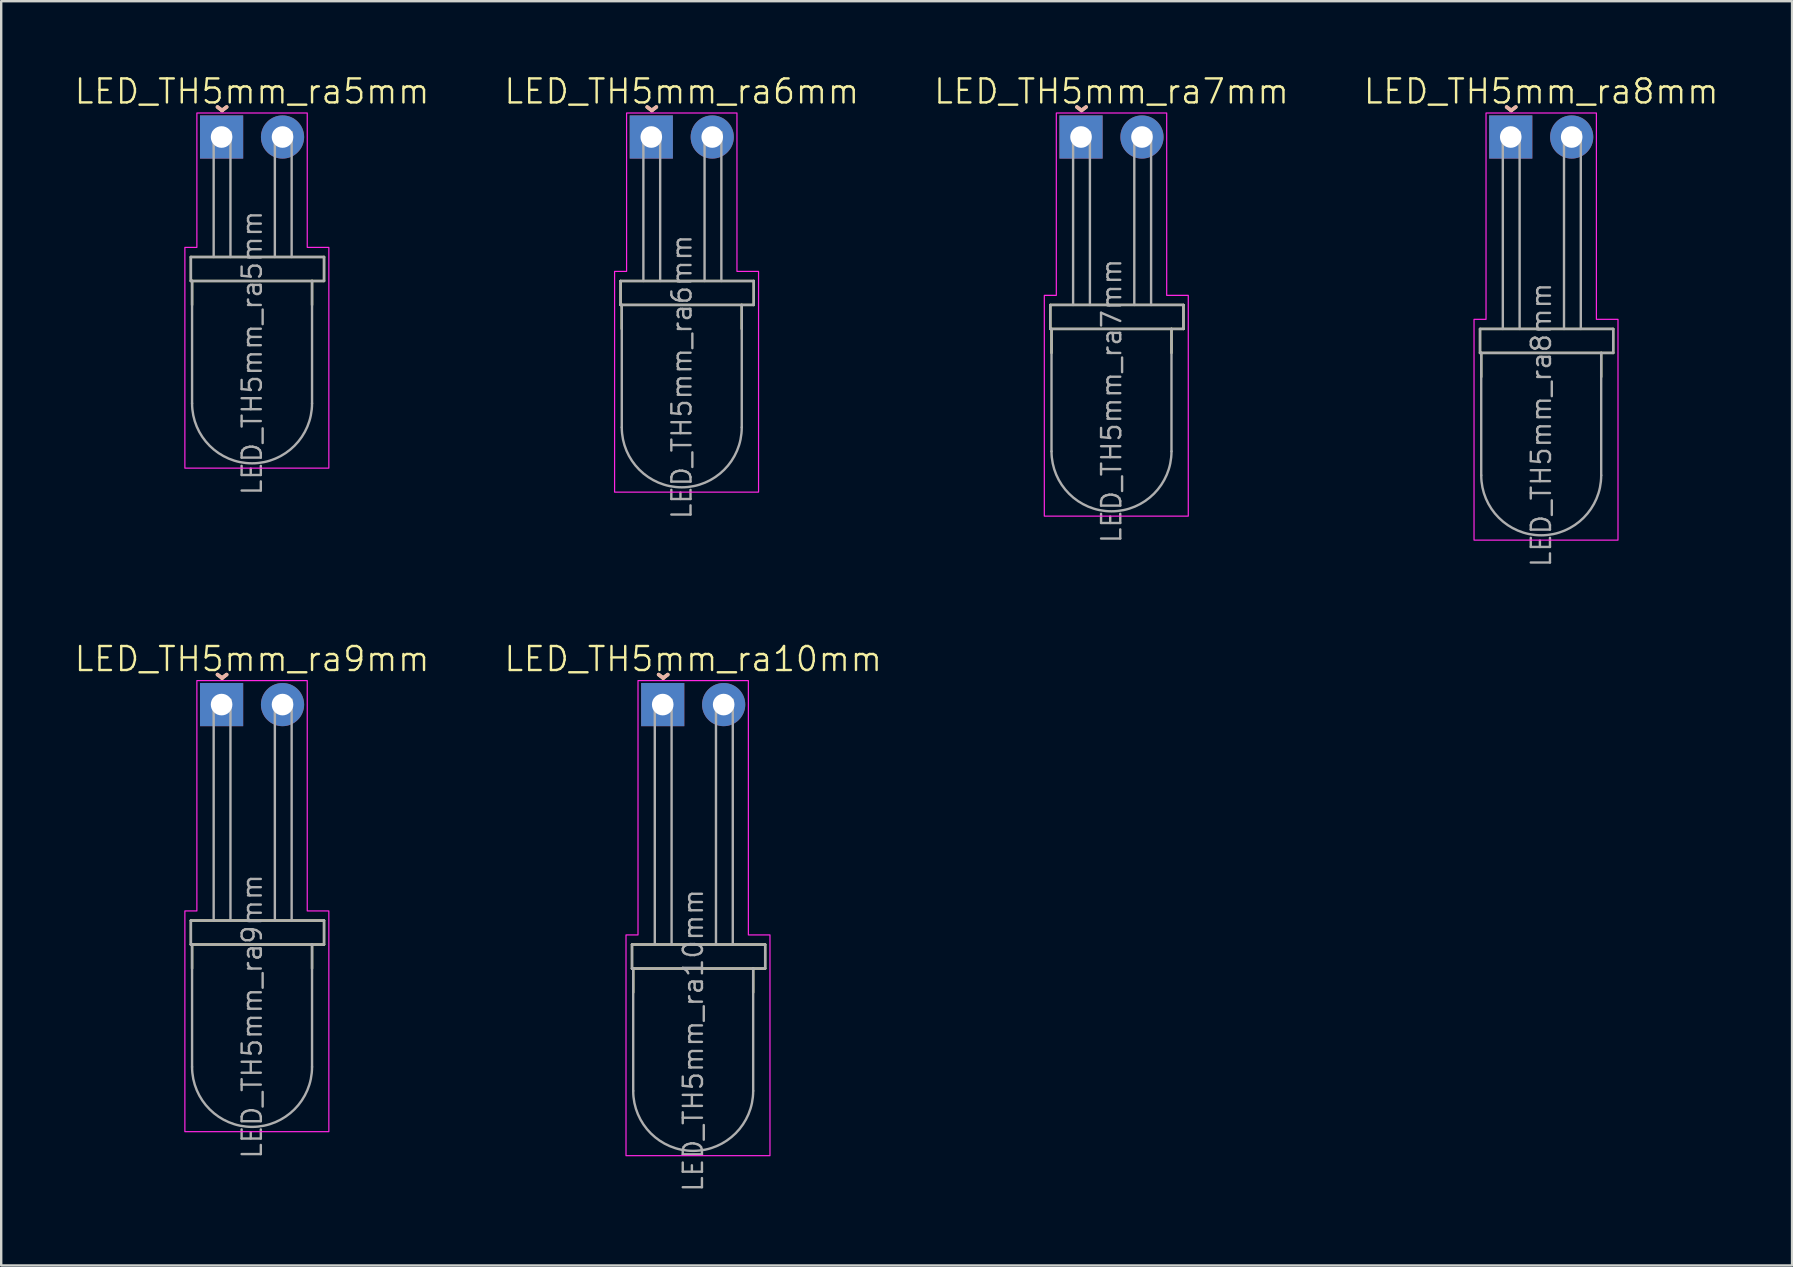
<source format=kicad_pcb>
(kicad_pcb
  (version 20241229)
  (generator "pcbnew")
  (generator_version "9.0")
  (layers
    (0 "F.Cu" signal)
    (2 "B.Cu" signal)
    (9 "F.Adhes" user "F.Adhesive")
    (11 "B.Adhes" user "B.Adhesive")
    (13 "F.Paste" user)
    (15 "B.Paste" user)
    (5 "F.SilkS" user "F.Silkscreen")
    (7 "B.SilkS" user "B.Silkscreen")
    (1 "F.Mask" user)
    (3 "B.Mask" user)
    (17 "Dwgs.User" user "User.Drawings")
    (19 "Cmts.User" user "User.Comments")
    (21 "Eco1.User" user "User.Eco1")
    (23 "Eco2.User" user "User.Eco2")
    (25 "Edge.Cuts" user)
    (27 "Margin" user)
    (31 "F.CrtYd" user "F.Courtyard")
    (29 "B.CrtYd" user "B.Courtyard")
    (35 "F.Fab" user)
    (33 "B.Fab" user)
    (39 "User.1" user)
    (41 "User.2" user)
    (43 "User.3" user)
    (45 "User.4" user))
  (footprint "LED_TH5mm_ra5mm"
    (layer "F.Cu")
    (at 7.455 2.66)
    (property "Reference" "LED_TH5mm_ra5mm" (at 0 -1.9 0) (unlocked yes) (layer "F.SilkS") (effects (font (size 1 1) (thickness 0.1))))
    (attr through_hole)
    (fp_line (start -2.55 5) (end -2.55 6) (stroke (width 0.1) (type default)) (layer "F.SilkS"))
    (fp_line (start -2.55 5) (end 3 5) (stroke (width 0.1) (type default)) (layer "F.SilkS"))
    (fp_line (start -2.55 6) (end -2.5 6) (stroke (width 0.1) (type default)) (layer "F.SilkS"))
    (fp_line (start -2.5 6) (end -2.5 7) (stroke (width 0.1) (type default)) (layer "F.SilkS"))
    (fp_line (start 2.5 6) (end -2.5 6) (stroke (width 0.1) (type default)) (layer "F.SilkS"))
    (fp_line (start 2.5 6) (end 2.5 7) (stroke (width 0.1) (type default)) (layer "F.SilkS"))
    (fp_line (start 3 5) (end 3 6) (stroke (width 0.1) (type default)) (layer "F.SilkS"))
    (fp_line (start 3 6) (end 2.5 6) (stroke (width 0.1) (type default)) (layer "F.SilkS"))
    (fp_poly (pts (xy -2.3 -1) (xy 2.3 -1) (xy 2.3 4.6) (xy 3.2 4.6) (xy 3.2 13.8) (xy -2.8 13.8) (xy -2.8 4.6) (xy -2.3 4.6)) (stroke (width 0.05) (type solid)) (fill no) (layer "F.CrtYd"))
    (fp_line (start -2.55 5) (end -2.55 6) (stroke (width 0.1) (type default)) (layer "F.Fab"))
    (fp_line (start -2.55 6) (end -2.5 6) (stroke (width 0.1) (type default)) (layer "F.Fab"))
    (fp_line (start -2.5 6) (end -2.55 6) (stroke (width 0.1) (type default)) (layer "F.Fab"))
    (fp_line (start -2.5 6) (end -2.5 11.1) (stroke (width 0.1) (type default)) (layer "F.Fab"))
    (fp_line (start -2.5 6) (end 2.5 6) (stroke (width 0.1) (type default)) (layer "F.Fab"))
    (fp_line (start -1.6 -0.2) (end -0.9 -0.2) (stroke (width 0.1) (type default)) (layer "F.Fab"))
    (fp_line (start -1.6 5) (end -1.6 -0.2) (stroke (width 0.1) (type default)) (layer "F.Fab"))
    (fp_line (start -0.9 -0.2) (end -0.9 5) (stroke (width 0.1) (type default)) (layer "F.Fab"))
    (fp_line (start 0.95 -0.2) (end 1.65 -0.2) (stroke (width 0.1) (type default)) (layer "F.Fab"))
    (fp_line (start 0.95 5) (end 0.95 -0.2) (stroke (width 0.1) (type default)) (layer "F.Fab"))
    (fp_line (start 1.65 -0.2) (end 1.65 5) (stroke (width 0.1) (type default)) (layer "F.Fab"))
    (fp_line (start 2.5 6) (end 3 6) (stroke (width 0.1) (type default)) (layer "F.Fab"))
    (fp_line (start 2.5 11.1) (end 2.5 6) (stroke (width 0.1) (type default)) (layer "F.Fab"))
    (fp_line (start 3 5) (end -2.55 5) (stroke (width 0.1) (type default)) (layer "F.Fab"))
    (fp_line (start 3 6) (end 3 5) (stroke (width 0.1) (type default)) (layer "F.Fab"))
    (fp_arc (start 2.5 11.1) (mid 0 13.6) (end -2.5 11.1) (stroke (width 0.1) (type default)) (layer "F.Fab"))
    (fp_text user "^" (at -1.25 -1.7 180) (unlocked yes) (layer "F.SilkS") (effects (font (size 1 1) (thickness 0.15))))
    (fp_text user "^" (at -1.25 -1.7 180) (unlocked yes) (layer "B.SilkS") (effects (font (size 1 1) (thickness 0.15)) (justify mirror)))
    (fp_text user "${REFERENCE}" (at 0 9 90) (layer "F.Fab") (effects (font (size 0.8 0.8) (thickness 0.1))))
    (pad "A" thru_hole circle (at 1.27 0) (size 1.8 1.8) (drill 0.9) (layers "*.Cu" "*.Mask") (remove_unused_layers yes) (keep_end_layers yes) (zone_layer_connections))
    (pad "C" thru_hole rect (at -1.27 0) (size 1.8 1.8) (drill 0.9) (layers "*.Cu" "*.Mask") (remove_unused_layers yes) (keep_end_layers yes) (zone_layer_connections)))
  (footprint "LED_TH5mm_ra6mm"
    (layer "F.Cu")
    (at 25.364 2.66)
    (property "Reference" "LED_TH5mm_ra6mm" (at 0 -1.9 0) (unlocked yes) (layer "F.SilkS") (effects (font (size 1 1) (thickness 0.1))))
    (attr through_hole)
    (fp_line (start -2.55 6) (end -2.55 7) (stroke (width 0.1) (type default)) (layer "F.SilkS"))
    (fp_line (start -2.55 6) (end 3 6) (stroke (width 0.1) (type default)) (layer "F.SilkS"))
    (fp_line (start -2.55 7) (end -2.5 7) (stroke (width 0.1) (type default)) (layer "F.SilkS"))
    (fp_line (start -2.5 7) (end -2.5 8) (stroke (width 0.1) (type default)) (layer "F.SilkS"))
    (fp_line (start 2.5 7) (end -2.5 7) (stroke (width 0.1) (type default)) (layer "F.SilkS"))
    (fp_line (start 2.5 7) (end 2.5 8) (stroke (width 0.1) (type default)) (layer "F.SilkS"))
    (fp_line (start 3 6) (end 3 7) (stroke (width 0.1) (type default)) (layer "F.SilkS"))
    (fp_line (start 3 7) (end 2.5 7) (stroke (width 0.1) (type default)) (layer "F.SilkS"))
    (fp_poly (pts (xy -2.3 -1) (xy 2.3 -1) (xy 2.3 5.6) (xy 3.2 5.6) (xy 3.2 14.8) (xy -2.8 14.8) (xy -2.8 5.6) (xy -2.3 5.6)) (stroke (width 0.05) (type solid)) (fill no) (layer "F.CrtYd"))
    (fp_line (start -2.55 6) (end -2.55 7) (stroke (width 0.1) (type default)) (layer "F.Fab"))
    (fp_line (start -2.55 7) (end -2.5 7) (stroke (width 0.1) (type default)) (layer "F.Fab"))
    (fp_line (start -2.5 7) (end -2.55 7) (stroke (width 0.1) (type default)) (layer "F.Fab"))
    (fp_line (start -2.5 7) (end -2.5 12.1) (stroke (width 0.1) (type default)) (layer "F.Fab"))
    (fp_line (start -2.5 7) (end 2.5 7) (stroke (width 0.1) (type default)) (layer "F.Fab"))
    (fp_line (start -1.6 -0.2) (end -0.9 -0.2) (stroke (width 0.1) (type default)) (layer "F.Fab"))
    (fp_line (start -1.6 6) (end -1.6 -0.2) (stroke (width 0.1) (type default)) (layer "F.Fab"))
    (fp_line (start -0.9 -0.2) (end -0.9 6) (stroke (width 0.1) (type default)) (layer "F.Fab"))
    (fp_line (start 0.95 -0.2) (end 1.65 -0.2) (stroke (width 0.1) (type default)) (layer "F.Fab"))
    (fp_line (start 0.95 6) (end 0.95 -0.2) (stroke (width 0.1) (type default)) (layer "F.Fab"))
    (fp_line (start 1.65 -0.2) (end 1.65 6) (stroke (width 0.1) (type default)) (layer "F.Fab"))
    (fp_line (start 2.5 7) (end 3 7) (stroke (width 0.1) (type default)) (layer "F.Fab"))
    (fp_line (start 2.5 12.1) (end 2.5 7) (stroke (width 0.1) (type default)) (layer "F.Fab"))
    (fp_line (start 3 6) (end -2.55 6) (stroke (width 0.1) (type default)) (layer "F.Fab"))
    (fp_line (start 3 7) (end 3 6) (stroke (width 0.1) (type default)) (layer "F.Fab"))
    (fp_arc (start 2.5 12.1) (mid 0 14.6) (end -2.5 12.1) (stroke (width 0.1) (type default)) (layer "F.Fab"))
    (fp_text user "^" (at -1.25 -1.7 180) (unlocked yes) (layer "F.SilkS") (effects (font (size 1 1) (thickness 0.15))))
    (fp_text user "^" (at -1.25 -1.7 180) (unlocked yes) (layer "B.SilkS") (effects (font (size 1 1) (thickness 0.15)) (justify mirror)))
    (fp_text user "${REFERENCE}" (at 0 10 90) (layer "F.Fab") (effects (font (size 0.8 0.8) (thickness 0.1))))
    (pad "A" thru_hole circle (at 1.27 0) (size 1.8 1.8) (drill 0.9) (layers "*.Cu" "*.Mask") (remove_unused_layers yes) (keep_end_layers yes) (zone_layer_connections))
    (pad "C" thru_hole rect (at -1.27 0) (size 1.8 1.8) (drill 0.9) (layers "*.Cu" "*.Mask") (remove_unused_layers yes) (keep_end_layers yes) (zone_layer_connections)))
  (footprint "LED_TH5mm_ra7mm"
    (layer "F.Cu")
    (at 43.274 2.66)
    (property "Reference" "LED_TH5mm_ra7mm" (at 0 -1.9 0) (unlocked yes) (layer "F.SilkS") (effects (font (size 1 1) (thickness 0.1))))
    (attr through_hole)
    (fp_line (start -2.55 7) (end -2.55 8) (stroke (width 0.1) (type default)) (layer "F.SilkS"))
    (fp_line (start -2.55 7) (end 3 7) (stroke (width 0.1) (type default)) (layer "F.SilkS"))
    (fp_line (start -2.55 8) (end -2.5 8) (stroke (width 0.1) (type default)) (layer "F.SilkS"))
    (fp_line (start -2.5 8) (end -2.5 9) (stroke (width 0.1) (type default)) (layer "F.SilkS"))
    (fp_line (start 2.5 8) (end -2.5 8) (stroke (width 0.1) (type default)) (layer "F.SilkS"))
    (fp_line (start 2.5 8) (end 2.5 9) (stroke (width 0.1) (type default)) (layer "F.SilkS"))
    (fp_line (start 3 7) (end 3 8) (stroke (width 0.1) (type default)) (layer "F.SilkS"))
    (fp_line (start 3 8) (end 2.5 8) (stroke (width 0.1) (type default)) (layer "F.SilkS"))
    (fp_poly (pts (xy -2.3 -1) (xy 2.3 -1) (xy 2.3 6.6) (xy 3.2 6.6) (xy 3.2 15.8) (xy -2.8 15.8) (xy -2.8 6.6) (xy -2.3 6.6)) (stroke (width 0.05) (type solid)) (fill no) (layer "F.CrtYd"))
    (fp_line (start -2.55 7) (end -2.55 8) (stroke (width 0.1) (type default)) (layer "F.Fab"))
    (fp_line (start -2.55 8) (end -2.5 8) (stroke (width 0.1) (type default)) (layer "F.Fab"))
    (fp_line (start -2.5 8) (end -2.55 8) (stroke (width 0.1) (type default)) (layer "F.Fab"))
    (fp_line (start -2.5 8) (end -2.5 13.1) (stroke (width 0.1) (type default)) (layer "F.Fab"))
    (fp_line (start -2.5 8) (end 2.5 8) (stroke (width 0.1) (type default)) (layer "F.Fab"))
    (fp_line (start -1.6 -0.2) (end -0.9 -0.2) (stroke (width 0.1) (type default)) (layer "F.Fab"))
    (fp_line (start -1.6 7) (end -1.6 -0.2) (stroke (width 0.1) (type default)) (layer "F.Fab"))
    (fp_line (start -0.9 -0.2) (end -0.9 7) (stroke (width 0.1) (type default)) (layer "F.Fab"))
    (fp_line (start 0.95 -0.2) (end 1.65 -0.2) (stroke (width 0.1) (type default)) (layer "F.Fab"))
    (fp_line (start 0.95 7) (end 0.95 -0.2) (stroke (width 0.1) (type default)) (layer "F.Fab"))
    (fp_line (start 1.65 -0.2) (end 1.65 7) (stroke (width 0.1) (type default)) (layer "F.Fab"))
    (fp_line (start 2.5 8) (end 3 8) (stroke (width 0.1) (type default)) (layer "F.Fab"))
    (fp_line (start 2.5 13.1) (end 2.5 8) (stroke (width 0.1) (type default)) (layer "F.Fab"))
    (fp_line (start 3 7) (end -2.55 7) (stroke (width 0.1) (type default)) (layer "F.Fab"))
    (fp_line (start 3 8) (end 3 7) (stroke (width 0.1) (type default)) (layer "F.Fab"))
    (fp_arc (start 2.5 13.1) (mid 0 15.6) (end -2.5 13.1) (stroke (width 0.1) (type default)) (layer "F.Fab"))
    (fp_text user "^" (at -1.25 -1.7 180) (unlocked yes) (layer "F.SilkS") (effects (font (size 1 1) (thickness 0.15))))
    (fp_text user "^" (at -1.25 -1.7 180) (unlocked yes) (layer "B.SilkS") (effects (font (size 1 1) (thickness 0.15)) (justify mirror)))
    (fp_text user "${REFERENCE}" (at 0 11 90) (layer "F.Fab") (effects (font (size 0.8 0.8) (thickness 0.1))))
    (pad "A" thru_hole circle (at 1.27 0) (size 1.8 1.8) (drill 0.9) (layers "*.Cu" "*.Mask") (remove_unused_layers yes) (keep_end_layers yes) (zone_layer_connections))
    (pad "C" thru_hole rect (at -1.27 0) (size 1.8 1.8) (drill 0.9) (layers "*.Cu" "*.Mask") (remove_unused_layers yes) (keep_end_layers yes) (zone_layer_connections)))
  (footprint "LED_TH5mm_ra10mm"
    (layer "F.Cu")
    (at 25.84 26.315)
    (property "Reference" "LED_TH5mm_ra10mm" (at 0 -1.9 0) (unlocked yes) (layer "F.SilkS") (effects (font (size 1 1) (thickness 0.1))))
    (attr through_hole)
    (fp_line (start -2.55 10) (end -2.55 11) (stroke (width 0.1) (type default)) (layer "F.SilkS"))
    (fp_line (start -2.55 10) (end 3 10) (stroke (width 0.1) (type default)) (layer "F.SilkS"))
    (fp_line (start -2.55 11) (end -2.5 11) (stroke (width 0.1) (type default)) (layer "F.SilkS"))
    (fp_line (start -2.5 11) (end -2.5 12) (stroke (width 0.1) (type default)) (layer "F.SilkS"))
    (fp_line (start 2.5 11) (end -2.5 11) (stroke (width 0.1) (type default)) (layer "F.SilkS"))
    (fp_line (start 2.5 11) (end 2.5 12) (stroke (width 0.1) (type default)) (layer "F.SilkS"))
    (fp_line (start 3 10) (end 3 11) (stroke (width 0.1) (type default)) (layer "F.SilkS"))
    (fp_line (start 3 11) (end 2.5 11) (stroke (width 0.1) (type default)) (layer "F.SilkS"))
    (fp_poly (pts (xy -2.3 -1) (xy 2.3 -1) (xy 2.3 9.6) (xy 3.2 9.6) (xy 3.2 18.8) (xy -2.8 18.8) (xy -2.8 9.6) (xy -2.3 9.6)) (stroke (width 0.05) (type solid)) (fill no) (layer "F.CrtYd"))
    (fp_line (start -2.55 10) (end -2.55 11) (stroke (width 0.1) (type default)) (layer "F.Fab"))
    (fp_line (start -2.55 11) (end -2.5 11) (stroke (width 0.1) (type default)) (layer "F.Fab"))
    (fp_line (start -2.5 11) (end -2.55 11) (stroke (width 0.1) (type default)) (layer "F.Fab"))
    (fp_line (start -2.5 11) (end -2.5 16.1) (stroke (width 0.1) (type default)) (layer "F.Fab"))
    (fp_line (start -2.5 11) (end 2.5 11) (stroke (width 0.1) (type default)) (layer "F.Fab"))
    (fp_line (start -1.6 -0.2) (end -0.9 -0.2) (stroke (width 0.1) (type default)) (layer "F.Fab"))
    (fp_line (start -1.6 10) (end -1.6 -0.2) (stroke (width 0.1) (type default)) (layer "F.Fab"))
    (fp_line (start -0.9 -0.2) (end -0.9 10) (stroke (width 0.1) (type default)) (layer "F.Fab"))
    (fp_line (start 0.95 -0.2) (end 1.65 -0.2) (stroke (width 0.1) (type default)) (layer "F.Fab"))
    (fp_line (start 0.95 10) (end 0.95 -0.2) (stroke (width 0.1) (type default)) (layer "F.Fab"))
    (fp_line (start 1.65 -0.2) (end 1.65 10) (stroke (width 0.1) (type default)) (layer "F.Fab"))
    (fp_line (start 2.5 11) (end 3 11) (stroke (width 0.1) (type default)) (layer "F.Fab"))
    (fp_line (start 2.5 16.1) (end 2.5 11) (stroke (width 0.1) (type default)) (layer "F.Fab"))
    (fp_line (start 3 10) (end -2.55 10) (stroke (width 0.1) (type default)) (layer "F.Fab"))
    (fp_line (start 3 11) (end 3 10) (stroke (width 0.1) (type default)) (layer "F.Fab"))
    (fp_arc (start 2.5 16.1) (mid 0 18.6) (end -2.5 16.1) (stroke (width 0.1) (type default)) (layer "F.Fab"))
    (fp_text user "^" (at -1.25 -1.7 180) (unlocked yes) (layer "F.SilkS") (effects (font (size 1 1) (thickness 0.15))))
    (fp_text user "^" (at -1.25 -1.7 180) (unlocked yes) (layer "B.SilkS") (effects (font (size 1 1) (thickness 0.15)) (justify mirror)))
    (fp_text user "${REFERENCE}" (at 0 14 90) (layer "F.Fab") (effects (font (size 0.8 0.8) (thickness 0.1))))
    (pad "A" thru_hole circle (at 1.27 0) (size 1.8 1.8) (drill 0.9) (layers "*.Cu" "*.Mask") (remove_unused_layers yes) (keep_end_layers yes) (zone_layer_connections))
    (pad "C" thru_hole rect (at -1.27 0) (size 1.8 1.8) (drill 0.9) (layers "*.Cu" "*.Mask") (remove_unused_layers yes) (keep_end_layers yes) (zone_layer_connections)))
  (footprint "LED_TH5mm_ra9mm"
    (layer "F.Cu")
    (at 7.455 26.315)
    (property "Reference" "LED_TH5mm_ra9mm" (at 0 -1.9 0) (unlocked yes) (layer "F.SilkS") (effects (font (size 1 1) (thickness 0.1))))
    (attr through_hole)
    (fp_line (start -2.55 9) (end -2.55 10) (stroke (width 0.1) (type default)) (layer "F.SilkS"))
    (fp_line (start -2.55 9) (end 3 9) (stroke (width 0.1) (type default)) (layer "F.SilkS"))
    (fp_line (start -2.55 10) (end -2.5 10) (stroke (width 0.1) (type default)) (layer "F.SilkS"))
    (fp_line (start -2.5 10) (end -2.5 11) (stroke (width 0.1) (type default)) (layer "F.SilkS"))
    (fp_line (start 2.5 10) (end -2.5 10) (stroke (width 0.1) (type default)) (layer "F.SilkS"))
    (fp_line (start 2.5 10) (end 2.5 11) (stroke (width 0.1) (type default)) (layer "F.SilkS"))
    (fp_line (start 3 9) (end 3 10) (stroke (width 0.1) (type default)) (layer "F.SilkS"))
    (fp_line (start 3 10) (end 2.5 10) (stroke (width 0.1) (type default)) (layer "F.SilkS"))
    (fp_poly (pts (xy -2.3 -1) (xy 2.3 -1) (xy 2.3 8.6) (xy 3.2 8.6) (xy 3.2 17.8) (xy -2.8 17.8) (xy -2.8 8.6) (xy -2.3 8.6)) (stroke (width 0.05) (type solid)) (fill no) (layer "F.CrtYd"))
    (fp_line (start -2.55 9) (end -2.55 10) (stroke (width 0.1) (type default)) (layer "F.Fab"))
    (fp_line (start -2.55 10) (end -2.5 10) (stroke (width 0.1) (type default)) (layer "F.Fab"))
    (fp_line (start -2.5 10) (end -2.55 10) (stroke (width 0.1) (type default)) (layer "F.Fab"))
    (fp_line (start -2.5 10) (end -2.5 15.1) (stroke (width 0.1) (type default)) (layer "F.Fab"))
    (fp_line (start -2.5 10) (end 2.5 10) (stroke (width 0.1) (type default)) (layer "F.Fab"))
    (fp_line (start -1.6 -0.2) (end -0.9 -0.2) (stroke (width 0.1) (type default)) (layer "F.Fab"))
    (fp_line (start -1.6 9) (end -1.6 -0.2) (stroke (width 0.1) (type default)) (layer "F.Fab"))
    (fp_line (start -0.9 -0.2) (end -0.9 9) (stroke (width 0.1) (type default)) (layer "F.Fab"))
    (fp_line (start 0.95 -0.2) (end 1.65 -0.2) (stroke (width 0.1) (type default)) (layer "F.Fab"))
    (fp_line (start 0.95 9) (end 0.95 -0.2) (stroke (width 0.1) (type default)) (layer "F.Fab"))
    (fp_line (start 1.65 -0.2) (end 1.65 9) (stroke (width 0.1) (type default)) (layer "F.Fab"))
    (fp_line (start 2.5 10) (end 3 10) (stroke (width 0.1) (type default)) (layer "F.Fab"))
    (fp_line (start 2.5 15.1) (end 2.5 10) (stroke (width 0.1) (type default)) (layer "F.Fab"))
    (fp_line (start 3 9) (end -2.55 9) (stroke (width 0.1) (type default)) (layer "F.Fab"))
    (fp_line (start 3 10) (end 3 9) (stroke (width 0.1) (type default)) (layer "F.Fab"))
    (fp_arc (start 2.5 15.1) (mid 0 17.6) (end -2.5 15.1) (stroke (width 0.1) (type default)) (layer "F.Fab"))
    (fp_text user "^" (at -1.25 -1.7 180) (unlocked yes) (layer "F.SilkS") (effects (font (size 1 1) (thickness 0.15))))
    (fp_text user "^" (at -1.25 -1.7 180) (unlocked yes) (layer "B.SilkS") (effects (font (size 1 1) (thickness 0.15)) (justify mirror)))
    (fp_text user "${REFERENCE}" (at 0 13 90) (layer "F.Fab") (effects (font (size 0.8 0.8) (thickness 0.1))))
    (pad "A" thru_hole circle (at 1.27 0) (size 1.8 1.8) (drill 0.9) (layers "*.Cu" "*.Mask") (remove_unused_layers yes) (keep_end_layers yes) (zone_layer_connections))
    (pad "C" thru_hole rect (at -1.27 0) (size 1.8 1.8) (drill 0.9) (layers "*.Cu" "*.Mask") (remove_unused_layers yes) (keep_end_layers yes) (zone_layer_connections)))
  (footprint "LED_TH5mm_ra8mm"
    (layer "F.Cu")
    (at 61.183 2.66)
    (property "Reference" "LED_TH5mm_ra8mm" (at 0 -1.9 0) (unlocked yes) (layer "F.SilkS") (effects (font (size 1 1) (thickness 0.1))))
    (attr through_hole)
    (fp_line (start -2.55 8) (end -2.55 9) (stroke (width 0.1) (type default)) (layer "F.SilkS"))
    (fp_line (start -2.55 8) (end 3 8) (stroke (width 0.1) (type default)) (layer "F.SilkS"))
    (fp_line (start -2.55 9) (end -2.5 9) (stroke (width 0.1) (type default)) (layer "F.SilkS"))
    (fp_line (start -2.5 9) (end -2.5 10) (stroke (width 0.1) (type default)) (layer "F.SilkS"))
    (fp_line (start 2.5 9) (end -2.5 9) (stroke (width 0.1) (type default)) (layer "F.SilkS"))
    (fp_line (start 2.5 9) (end 2.5 10) (stroke (width 0.1) (type default)) (layer "F.SilkS"))
    (fp_line (start 3 8) (end 3 9) (stroke (width 0.1) (type default)) (layer "F.SilkS"))
    (fp_line (start 3 9) (end 2.5 9) (stroke (width 0.1) (type default)) (layer "F.SilkS"))
    (fp_poly (pts (xy -2.3 -1) (xy 2.3 -1) (xy 2.3 7.6) (xy 3.2 7.6) (xy 3.2 16.8) (xy -2.8 16.8) (xy -2.8 7.6) (xy -2.3 7.6)) (stroke (width 0.05) (type solid)) (fill no) (layer "F.CrtYd"))
    (fp_line (start -2.55 8) (end -2.55 9) (stroke (width 0.1) (type default)) (layer "F.Fab"))
    (fp_line (start -2.55 9) (end -2.5 9) (stroke (width 0.1) (type default)) (layer "F.Fab"))
    (fp_line (start -2.5 9) (end -2.55 9) (stroke (width 0.1) (type default)) (layer "F.Fab"))
    (fp_line (start -2.5 9) (end -2.5 14.1) (stroke (width 0.1) (type default)) (layer "F.Fab"))
    (fp_line (start -2.5 9) (end 2.5 9) (stroke (width 0.1) (type default)) (layer "F.Fab"))
    (fp_line (start -1.6 -0.2) (end -0.9 -0.2) (stroke (width 0.1) (type default)) (layer "F.Fab"))
    (fp_line (start -1.6 8) (end -1.6 -0.2) (stroke (width 0.1) (type default)) (layer "F.Fab"))
    (fp_line (start -0.9 -0.2) (end -0.9 8) (stroke (width 0.1) (type default)) (layer "F.Fab"))
    (fp_line (start 0.95 -0.2) (end 1.65 -0.2) (stroke (width 0.1) (type default)) (layer "F.Fab"))
    (fp_line (start 0.95 8) (end 0.95 -0.2) (stroke (width 0.1) (type default)) (layer "F.Fab"))
    (fp_line (start 1.65 -0.2) (end 1.65 8) (stroke (width 0.1) (type default)) (layer "F.Fab"))
    (fp_line (start 2.5 9) (end 3 9) (stroke (width 0.1) (type default)) (layer "F.Fab"))
    (fp_line (start 2.5 14.1) (end 2.5 9) (stroke (width 0.1) (type default)) (layer "F.Fab"))
    (fp_line (start 3 8) (end -2.55 8) (stroke (width 0.1) (type default)) (layer "F.Fab"))
    (fp_line (start 3 9) (end 3 8) (stroke (width 0.1) (type default)) (layer "F.Fab"))
    (fp_arc (start 2.5 14.1) (mid 0 16.6) (end -2.5 14.1) (stroke (width 0.1) (type default)) (layer "F.Fab"))
    (fp_text user "^" (at -1.25 -1.7 180) (unlocked yes) (layer "F.SilkS") (effects (font (size 1 1) (thickness 0.15))))
    (fp_text user "^" (at -1.25 -1.7 180) (unlocked yes) (layer "B.SilkS") (effects (font (size 1 1) (thickness 0.15)) (justify mirror)))
    (fp_text user "${REFERENCE}" (at 0 12 90) (layer "F.Fab") (effects (font (size 0.8 0.8) (thickness 0.1))))
    (pad "A" thru_hole circle (at 1.27 0) (size 1.8 1.8) (drill 0.9) (layers "*.Cu" "*.Mask") (remove_unused_layers yes) (keep_end_layers yes) (zone_layer_connections))
    (pad "C" thru_hole rect (at -1.27 0) (size 1.8 1.8) (drill 0.9) (layers "*.Cu" "*.Mask") (remove_unused_layers yes) (keep_end_layers yes) (zone_layer_connections)))
  (gr_rect
    (start -3 -3)
    (end 71.638 49.69)
    (stroke (width 0.1) (type default))
    (fill no)
    (layer "Edge.Cuts")))
</source>
